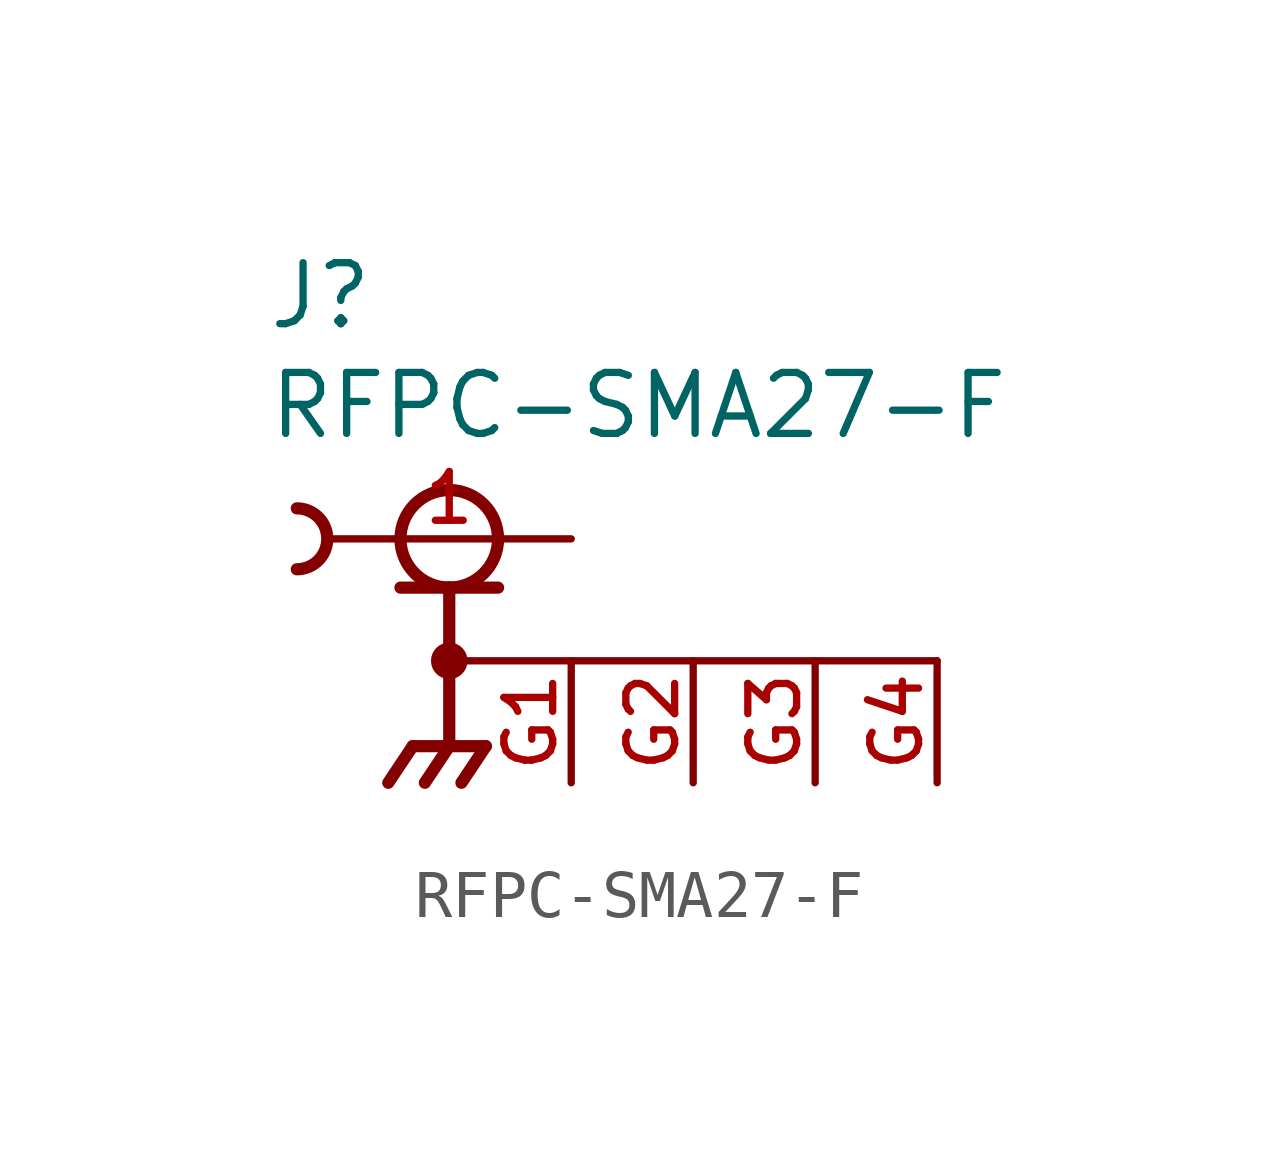
<source format=kicad_sym>
(kicad_symbol_lib
  (version 20211014)
  (generator kicad_symbol_editor)
  (symbol "RFPC-SMA27-F"
    (pin_names
      (offset 1.016))
    (property "Reference" "J"
      (at -3.81 4.318 0)
      (effects (font (size 1.27 1.27)) (justify bottom left)))
    (property "Value" "RFPC-SMA27-F"
      (at -3.81 2.032 0)
      (effects (font (size 1.27 1.27)) (justify bottom left)))
    (symbol "RFPC-SMA27-F_0_0"
      (circle (center 0.0 0.0) (radius 1.016) (stroke (width 0.254)) (fill (type none)))
      (polyline (pts (xy -1.016 -1.016) (xy 0.0 -1.016)) (stroke (width 0.254)))
      (polyline (pts (xy 0.0 -1.016) (xy 1.016 -1.016)) (stroke (width 0.254)))
      (polyline (pts (xy 0.0 -1.016) (xy 0.0 -2.54)) (stroke (width 0.254)))
      (circle (center 0.0 -2.54) (radius 0.254) (stroke (width 0.254)) (fill (type none)))
      (polyline (pts (xy 0.0 -2.54) (xy 0.0 -4.318)) (stroke (width 0.254)))
      (polyline (pts (xy 0.0 -4.318) (xy -0.762 -4.318)) (stroke (width 0.254)))
      (polyline (pts (xy 0.0 -4.318) (xy 0.762 -4.318)) (stroke (width 0.254)))
      (polyline (pts (xy -0.762 -4.318) (xy -1.27 -5.08)) (stroke (width 0.254)))
      (polyline (pts (xy 0.0 -4.318) (xy -0.508 -5.08)) (stroke (width 0.254)))
      (polyline (pts (xy 0.762 -4.318) (xy 0.254 -5.08)) (stroke (width 0.254)))
      (arc (start -3.175 0.635) (mid -2.54 -0.0) (end -3.175 -0.635) (stroke (width 0.254) (type default) (color 0 0 0 0)) (fill (type none)))
      (polyline (pts (xy 0.0 -2.54) (xy 10.16 -2.54)) (stroke (width 0.152)))
      (pin passive line (at 2.54 0.0 180.0) (length 5.08) (name "~" (effects (font (size 1.016 1.016)))) (number "1" (effects (font (size 1.016 1.016)))))
      (pin power_in line (at 2.54 -5.08 90.0) (length 2.54) (name "~" (effects (font (size 1.016 1.016)))) (number "G1" (effects (font (size 1.016 1.016)))))
      (pin power_in line (at 5.08 -5.08 90.0) (length 2.54) (name "~" (effects (font (size 1.016 1.016)))) (number "G2" (effects (font (size 1.016 1.016)))))
      (pin power_in line (at 7.62 -5.08 90.0) (length 2.54) (name "~" (effects (font (size 1.016 1.016)))) (number "G3" (effects (font (size 1.016 1.016)))))
      (pin power_in line (at 10.16 -5.08 90.0) (length 2.54) (name "~" (effects (font (size 1.016 1.016)))) (number "G4" (effects (font (size 1.016 1.016))))))))
</source>
